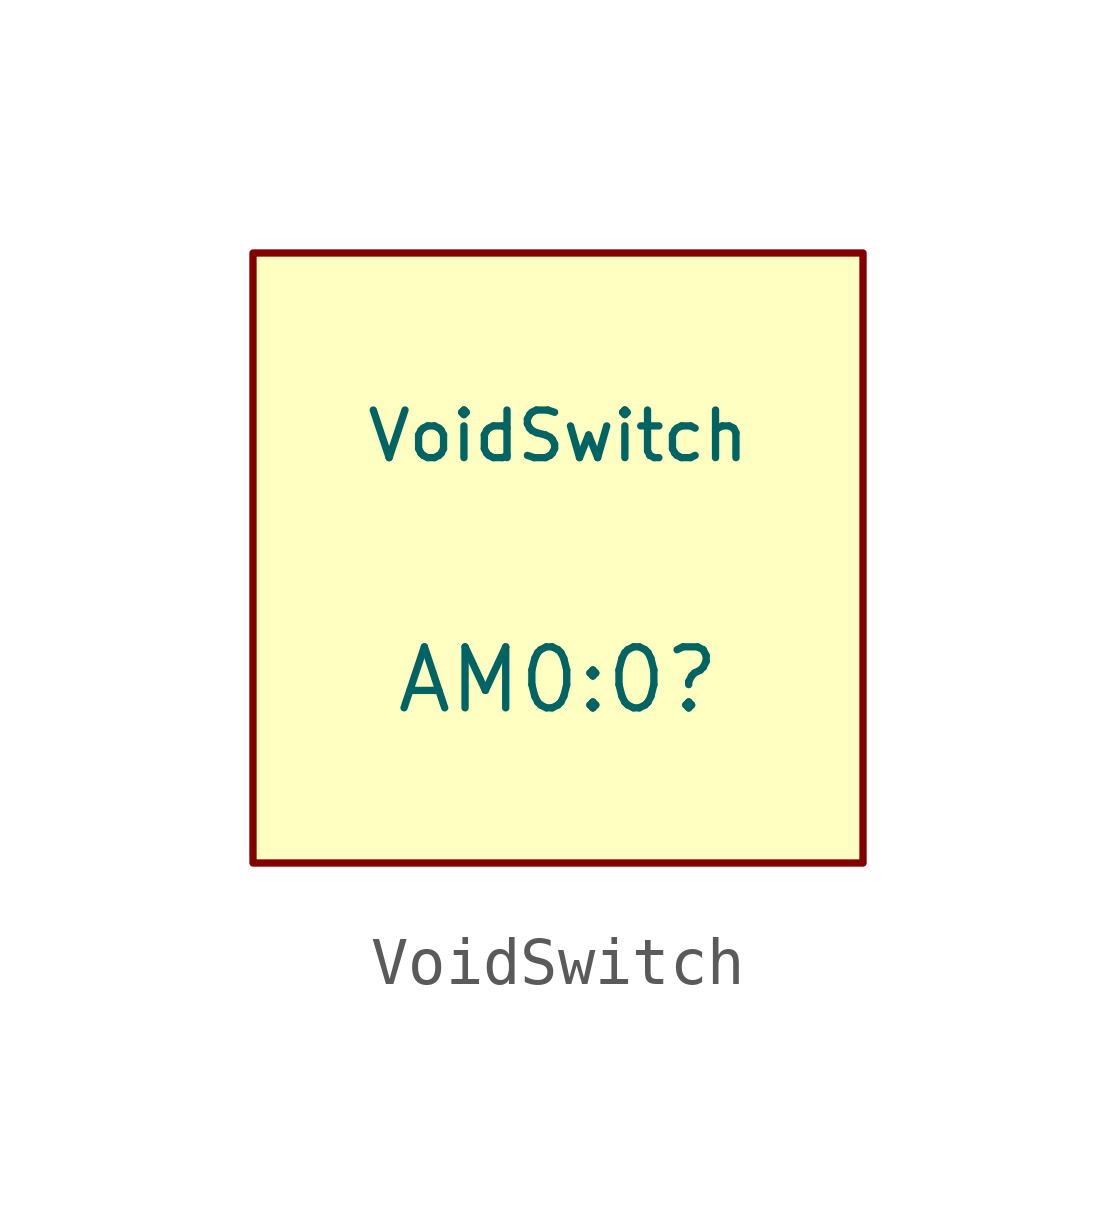
<source format=kicad_sym>
(kicad_symbol_lib
  (version 20211014)
  (generator kicad_symbol_editor)
  (symbol "VoidSwitch"
    (pin_names
      (offset 1.016))
    (property "Reference" "AM0:0"
      (at 0 -2.54 0)
      (effects (font (size 1.27 1.27))))
    (property "Value" "VoidSwitch"
      (at 0 2.54 0)
      (effects (font (size 0.991 0.991))))
    (symbol "VoidSwitch_0_1"
      (rectangle (start -6.35 6.35) (end 6.35 -6.35) (stroke (width 0) (type default) (color 0 0 0 0)) (fill (type background))))))
</source>
